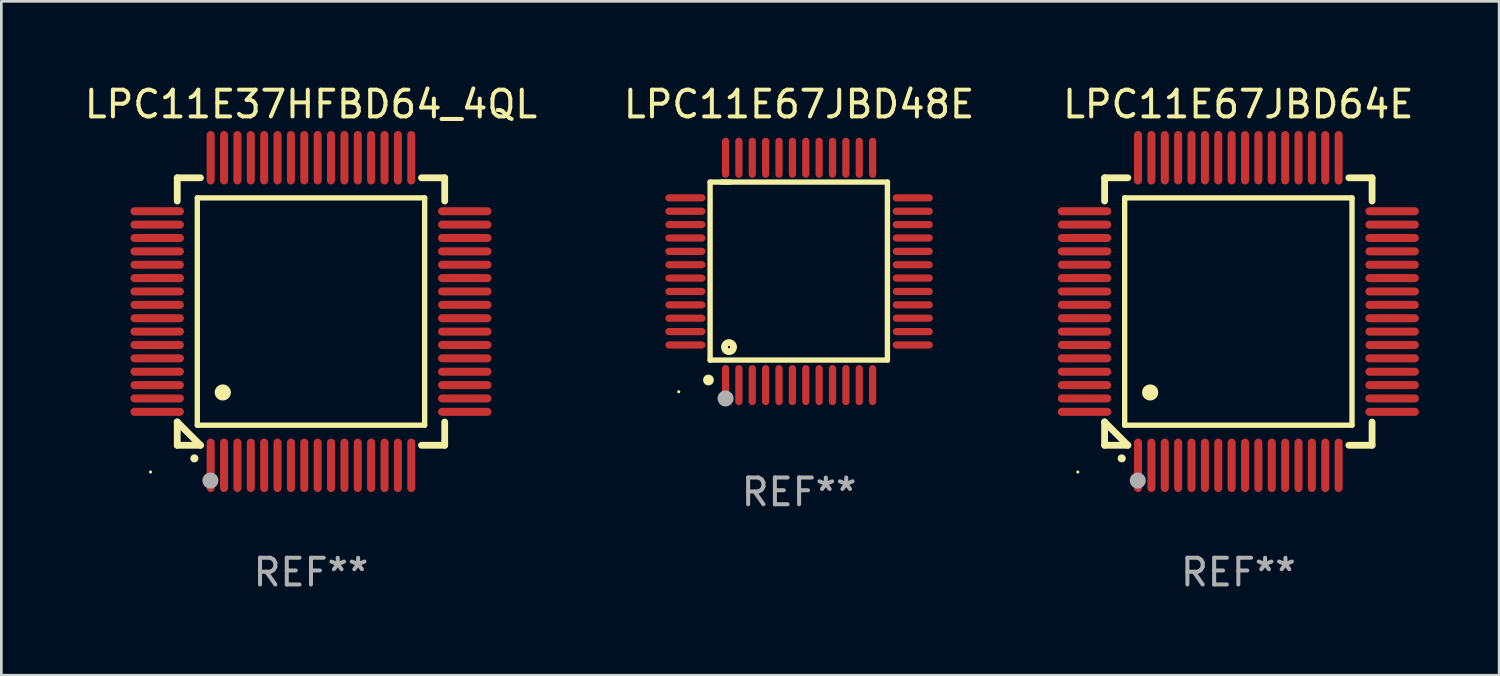
<source format=kicad_pcb>
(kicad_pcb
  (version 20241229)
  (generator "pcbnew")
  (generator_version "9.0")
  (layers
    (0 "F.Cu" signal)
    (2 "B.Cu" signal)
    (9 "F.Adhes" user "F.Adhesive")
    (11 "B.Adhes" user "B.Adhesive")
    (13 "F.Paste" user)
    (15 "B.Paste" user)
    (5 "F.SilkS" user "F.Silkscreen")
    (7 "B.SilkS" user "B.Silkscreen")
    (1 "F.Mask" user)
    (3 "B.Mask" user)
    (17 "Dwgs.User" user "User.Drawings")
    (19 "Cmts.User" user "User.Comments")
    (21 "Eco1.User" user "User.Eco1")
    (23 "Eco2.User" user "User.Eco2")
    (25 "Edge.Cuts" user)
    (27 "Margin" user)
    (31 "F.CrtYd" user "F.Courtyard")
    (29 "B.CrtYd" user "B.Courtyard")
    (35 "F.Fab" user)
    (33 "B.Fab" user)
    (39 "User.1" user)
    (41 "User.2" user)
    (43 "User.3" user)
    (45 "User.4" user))
  (footprint "LPC11E67JBD64E"
    (layer "F.Cu")
    (at 43.25 8.598)
    (property "Reference" "LPC11E67JBD64E" (at 0 -7.75 0) (layer "F.SilkS") (effects (font (size 1 1) (thickness 0.15))))
    (attr through_hole)
    (fp_line (start -5 -5) (end -4.131 -5) (stroke (width 0.254) (type solid)) (layer "F.SilkS"))
    (fp_line (start -5 -4.131) (end -5 -5) (stroke (width 0.254) (type solid)) (layer "F.SilkS"))
    (fp_line (start -5 4.131) (end -5 4.131) (stroke (width 0.254) (type solid)) (layer "F.SilkS"))
    (fp_line (start -5 5) (end -5 4.131) (stroke (width 0.254) (type solid)) (layer "F.SilkS"))
    (fp_line (start -5 4.131) (end -4.131 5) (stroke (width 0.254) (type solid)) (layer "F.SilkS"))
    (fp_line (start -4.25 -4.25) (end -4.25 4.25) (stroke (width 0.2) (type solid)) (layer "F.SilkS"))
    (fp_line (start -4.25 4.25) (end 4.25 4.25) (stroke (width 0.2) (type solid)) (layer "F.SilkS"))
    (fp_line (start -4.131 5) (end -5 5) (stroke (width 0.254) (type solid)) (layer "F.SilkS"))
    (fp_line (start 4.25 -4.25) (end -4.25 -4.25) (stroke (width 0.2) (type solid)) (layer "F.SilkS"))
    (fp_line (start 4.25 4.25) (end 4.25 -4.25) (stroke (width 0.2) (type solid)) (layer "F.SilkS"))
    (fp_line (start 5 -5) (end 4.131 -5) (stroke (width 0.254) (type solid)) (layer "F.SilkS"))
    (fp_line (start 5 -5) (end 5 -4.131) (stroke (width 0.254) (type solid)) (layer "F.SilkS"))
    (fp_line (start 5 4.131) (end 5 5) (stroke (width 0.254) (type solid)) (layer "F.SilkS"))
    (fp_line (start 5 5) (end 4.131 5) (stroke (width 0.254) (type solid)) (layer "F.SilkS"))
    (fp_arc (start -4.361265 5.489992) (mid -4.359995 5.489987) (end -4.358725 5.489992) (stroke (width 0.3) (type solid)) (layer "F.SilkS"))
    (fp_arc (start -3.299467 3.025146) (mid -3.296927 3.025135) (end -3.294387 3.025146) (stroke (width 0.6) (type solid)) (layer "F.SilkS"))
    (fp_circle (center -6 6) (end -5.97 6) (stroke (width 0.06) (type solid)) (fill no) (layer "F.SilkS"))
    (fp_circle (center -3.76 6.32) (end -3.61 6.32) (stroke (width 0.3) (type solid)) (fill no) (layer "F.Fab"))
    (fp_text user "REF**" (at 0 9.75 0) (layer "F.Fab") (effects (font (size 1 1) (thickness 0.15))))
    (pad "1" smd oval (at -3.75 5.75) (size 0.3 2) (layers "F.Cu" "F.Mask" "F.Paste"))
    (pad "2" smd oval (at -3.25 5.75) (size 0.3 2) (layers "F.Cu" "F.Mask" "F.Paste"))
    (pad "3" smd oval (at -2.75 5.75) (size 0.3 2) (layers "F.Cu" "F.Mask" "F.Paste"))
    (pad "4" smd oval (at -2.25 5.75) (size 0.3 2) (layers "F.Cu" "F.Mask" "F.Paste"))
    (pad "5" smd oval (at -1.75 5.75) (size 0.3 2) (layers "F.Cu" "F.Mask" "F.Paste"))
    (pad "6" smd oval (at -1.25 5.75) (size 0.3 2) (layers "F.Cu" "F.Mask" "F.Paste"))
    (pad "7" smd oval (at -0.75 5.75) (size 0.3 2) (layers "F.Cu" "F.Mask" "F.Paste"))
    (pad "8" smd oval (at -0.25 5.75) (size 0.3 2) (layers "F.Cu" "F.Mask" "F.Paste"))
    (pad "9" smd oval (at 0.25 5.75) (size 0.3 2) (layers "F.Cu" "F.Mask" "F.Paste"))
    (pad "10" smd oval (at 0.75 5.75) (size 0.3 2) (layers "F.Cu" "F.Mask" "F.Paste"))
    (pad "11" smd oval (at 1.25 5.75) (size 0.3 2) (layers "F.Cu" "F.Mask" "F.Paste"))
    (pad "12" smd oval (at 1.75 5.75) (size 0.3 2) (layers "F.Cu" "F.Mask" "F.Paste"))
    (pad "13" smd oval (at 2.25 5.75) (size 0.3 2) (layers "F.Cu" "F.Mask" "F.Paste"))
    (pad "14" smd oval (at 2.75 5.75) (size 0.3 2) (layers "F.Cu" "F.Mask" "F.Paste"))
    (pad "15" smd oval (at 3.25 5.75) (size 0.3 2) (layers "F.Cu" "F.Mask" "F.Paste"))
    (pad "16" smd oval (at 3.75 5.75) (size 0.3 2) (layers "F.Cu" "F.Mask" "F.Paste"))
    (pad "17" smd oval (at 5.75 3.75) (size 2 0.3) (layers "F.Cu" "F.Mask" "F.Paste"))
    (pad "18" smd oval (at 5.75 3.25) (size 2 0.3) (layers "F.Cu" "F.Mask" "F.Paste"))
    (pad "19" smd oval (at 5.75 2.75) (size 2 0.3) (layers "F.Cu" "F.Mask" "F.Paste"))
    (pad "20" smd oval (at 5.75 2.25) (size 2 0.3) (layers "F.Cu" "F.Mask" "F.Paste"))
    (pad "21" smd oval (at 5.75 1.75) (size 2 0.3) (layers "F.Cu" "F.Mask" "F.Paste"))
    (pad "22" smd oval (at 5.75 1.25) (size 2 0.3) (layers "F.Cu" "F.Mask" "F.Paste"))
    (pad "23" smd oval (at 5.75 0.75) (size 2 0.3) (layers "F.Cu" "F.Mask" "F.Paste"))
    (pad "24" smd oval (at 5.75 0.25) (size 2 0.3) (layers "F.Cu" "F.Mask" "F.Paste"))
    (pad "25" smd oval (at 5.75 -0.25) (size 2 0.3) (layers "F.Cu" "F.Mask" "F.Paste"))
    (pad "26" smd oval (at 5.75 -0.75) (size 2 0.3) (layers "F.Cu" "F.Mask" "F.Paste"))
    (pad "27" smd oval (at 5.75 -1.25) (size 2 0.3) (layers "F.Cu" "F.Mask" "F.Paste"))
    (pad "28" smd oval (at 5.75 -1.75) (size 2 0.3) (layers "F.Cu" "F.Mask" "F.Paste"))
    (pad "29" smd oval (at 5.75 -2.25) (size 2 0.3) (layers "F.Cu" "F.Mask" "F.Paste"))
    (pad "30" smd oval (at 5.75 -2.75) (size 2 0.3) (layers "F.Cu" "F.Mask" "F.Paste"))
    (pad "31" smd oval (at 5.75 -3.25) (size 2 0.3) (layers "F.Cu" "F.Mask" "F.Paste"))
    (pad "32" smd oval (at 5.75 -3.75) (size 2 0.3) (layers "F.Cu" "F.Mask" "F.Paste"))
    (pad "33" smd oval (at 3.75 -5.75) (size 0.3 2) (layers "F.Cu" "F.Mask" "F.Paste"))
    (pad "34" smd oval (at 3.25 -5.75) (size 0.3 2) (layers "F.Cu" "F.Mask" "F.Paste"))
    (pad "35" smd oval (at 2.75 -5.75) (size 0.3 2) (layers "F.Cu" "F.Mask" "F.Paste"))
    (pad "36" smd oval (at 2.25 -5.75) (size 0.3 2) (layers "F.Cu" "F.Mask" "F.Paste"))
    (pad "37" smd oval (at 1.75 -5.75) (size 0.3 2) (layers "F.Cu" "F.Mask" "F.Paste"))
    (pad "38" smd oval (at 1.25 -5.75) (size 0.3 2) (layers "F.Cu" "F.Mask" "F.Paste"))
    (pad "39" smd oval (at 0.75 -5.75) (size 0.3 2) (layers "F.Cu" "F.Mask" "F.Paste"))
    (pad "40" smd oval (at 0.25 -5.75) (size 0.3 2) (layers "F.Cu" "F.Mask" "F.Paste"))
    (pad "41" smd oval (at -0.25 -5.75) (size 0.3 2) (layers "F.Cu" "F.Mask" "F.Paste"))
    (pad "42" smd oval (at -0.75 -5.75) (size 0.3 2) (layers "F.Cu" "F.Mask" "F.Paste"))
    (pad "43" smd oval (at -1.25 -5.75) (size 0.3 2) (layers "F.Cu" "F.Mask" "F.Paste"))
    (pad "44" smd oval (at -1.75 -5.75) (size 0.3 2) (layers "F.Cu" "F.Mask" "F.Paste"))
    (pad "45" smd oval (at -2.25 -5.75) (size 0.3 2) (layers "F.Cu" "F.Mask" "F.Paste"))
    (pad "46" smd oval (at -2.75 -5.75) (size 0.3 2) (layers "F.Cu" "F.Mask" "F.Paste"))
    (pad "47" smd oval (at -3.25 -5.75) (size 0.3 2) (layers "F.Cu" "F.Mask" "F.Paste"))
    (pad "48" smd oval (at -3.75 -5.75) (size 0.3 2) (layers "F.Cu" "F.Mask" "F.Paste"))
    (pad "49" smd oval (at -5.75 -3.75) (size 2 0.3) (layers "F.Cu" "F.Mask" "F.Paste"))
    (pad "50" smd oval (at -5.75 -3.25) (size 2 0.3) (layers "F.Cu" "F.Mask" "F.Paste"))
    (pad "51" smd oval (at -5.75 -2.75) (size 2 0.3) (layers "F.Cu" "F.Mask" "F.Paste"))
    (pad "52" smd oval (at -5.75 -2.25) (size 2 0.3) (layers "F.Cu" "F.Mask" "F.Paste"))
    (pad "53" smd oval (at -5.75 -1.75) (size 2 0.3) (layers "F.Cu" "F.Mask" "F.Paste"))
    (pad "54" smd oval (at -5.75 -1.25) (size 2 0.3) (layers "F.Cu" "F.Mask" "F.Paste"))
    (pad "55" smd oval (at -5.75 -0.75) (size 2 0.3) (layers "F.Cu" "F.Mask" "F.Paste"))
    (pad "56" smd oval (at -5.75 -0.25) (size 2 0.3) (layers "F.Cu" "F.Mask" "F.Paste"))
    (pad "57" smd oval (at -5.75 0.25) (size 2 0.3) (layers "F.Cu" "F.Mask" "F.Paste"))
    (pad "58" smd oval (at -5.75 0.75) (size 2 0.3) (layers "F.Cu" "F.Mask" "F.Paste"))
    (pad "59" smd oval (at -5.75 1.25) (size 2 0.3) (layers "F.Cu" "F.Mask" "F.Paste"))
    (pad "60" smd oval (at -5.75 1.75) (size 2 0.3) (layers "F.Cu" "F.Mask" "F.Paste"))
    (pad "61" smd oval (at -5.75 2.25) (size 2 0.3) (layers "F.Cu" "F.Mask" "F.Paste"))
    (pad "62" smd oval (at -5.75 2.75) (size 2 0.3) (layers "F.Cu" "F.Mask" "F.Paste"))
    (pad "63" smd oval (at -5.75 3.25) (size 2 0.3) (layers "F.Cu" "F.Mask" "F.Paste"))
    (pad "64" smd oval (at -5.75 3.75) (size 2 0.3) (layers "F.Cu" "F.Mask" "F.Paste")))
  (footprint "LPC11E67JBD48E"
    (layer "F.Cu")
    (at 26.827 7.098)
    (property "Reference" "LPC11E67JBD48E" (at 0 -6.25 0) (layer "F.SilkS") (effects (font (size 1 1) (thickness 0.15))))
    (attr through_hole)
    (fp_line (start -3.327 -3.34) (end -2.565 -3.34) (stroke (width 0.2) (type solid)) (layer "F.SilkS"))
    (fp_line (start -3.327 3.315) (end -3.327 -3.34) (stroke (width 0.2) (type solid)) (layer "F.SilkS"))
    (fp_line (start -2.896 -3.34) (end 3.302 -3.34) (stroke (width 0.2) (type solid)) (layer "F.SilkS"))
    (fp_line (start 3.302 -3.34) (end 3.302 3.315) (stroke (width 0.2) (type solid)) (layer "F.SilkS"))
    (fp_line (start 3.302 3.315) (end -3.327 3.315) (stroke (width 0.2) (type solid)) (layer "F.SilkS"))
    (fp_arc (start -3.389992 4.059995) (mid -3.388722 4.059991) (end -3.387452 4.059995) (stroke (width 0.4) (type solid)) (layer "F.SilkS"))
    (fp_circle (center -4.5 4.5) (end -4.47 4.5) (stroke (width 0.06) (type solid)) (fill no) (layer "F.SilkS"))
    (fp_circle (center -2.62 2.83) (end -2.45 2.83) (stroke (width 0.254) (type solid)) (fill no) (layer "F.SilkS"))
    (fp_circle (center -2.75 4.75) (end -2.6 4.75) (stroke (width 0.3) (type solid)) (fill no) (layer "F.Fab"))
    (fp_text user "REF**" (at 0 8.25 0) (layer "F.Fab") (effects (font (size 1 1) (thickness 0.15))))
    (pad "1" smd oval (at -2.75 4.25) (size 0.27 1.5) (layers "F.Cu" "F.Mask" "F.Paste"))
    (pad "2" smd oval (at -2.25 4.25) (size 0.27 1.5) (layers "F.Cu" "F.Mask" "F.Paste"))
    (pad "3" smd oval (at -1.75 4.25) (size 0.27 1.5) (layers "F.Cu" "F.Mask" "F.Paste"))
    (pad "4" smd oval (at -1.25 4.25) (size 0.27 1.5) (layers "F.Cu" "F.Mask" "F.Paste"))
    (pad "5" smd oval (at -0.75 4.25) (size 0.27 1.5) (layers "F.Cu" "F.Mask" "F.Paste"))
    (pad "6" smd oval (at -0.25 4.25) (size 0.27 1.5) (layers "F.Cu" "F.Mask" "F.Paste"))
    (pad "7" smd oval (at 0.25 4.25) (size 0.27 1.5) (layers "F.Cu" "F.Mask" "F.Paste"))
    (pad "8" smd oval (at 0.75 4.25) (size 0.27 1.5) (layers "F.Cu" "F.Mask" "F.Paste"))
    (pad "9" smd oval (at 1.25 4.25) (size 0.27 1.5) (layers "F.Cu" "F.Mask" "F.Paste"))
    (pad "10" smd oval (at 1.75 4.25) (size 0.27 1.5) (layers "F.Cu" "F.Mask" "F.Paste"))
    (pad "11" smd oval (at 2.25 4.25) (size 0.27 1.5) (layers "F.Cu" "F.Mask" "F.Paste"))
    (pad "12" smd oval (at 2.75 4.25) (size 0.27 1.5) (layers "F.Cu" "F.Mask" "F.Paste"))
    (pad "13" smd oval (at 4.25 2.75) (size 1.5 0.27) (layers "F.Cu" "F.Mask" "F.Paste"))
    (pad "14" smd oval (at 4.25 2.25) (size 1.5 0.27) (layers "F.Cu" "F.Mask" "F.Paste"))
    (pad "15" smd oval (at 4.25 1.75) (size 1.5 0.27) (layers "F.Cu" "F.Mask" "F.Paste"))
    (pad "16" smd oval (at 4.25 1.25) (size 1.5 0.27) (layers "F.Cu" "F.Mask" "F.Paste"))
    (pad "17" smd oval (at 4.25 0.75) (size 1.5 0.27) (layers "F.Cu" "F.Mask" "F.Paste"))
    (pad "18" smd oval (at 4.25 0.25) (size 1.5 0.27) (layers "F.Cu" "F.Mask" "F.Paste"))
    (pad "19" smd oval (at 4.25 -0.25) (size 1.5 0.27) (layers "F.Cu" "F.Mask" "F.Paste"))
    (pad "20" smd oval (at 4.25 -0.75) (size 1.5 0.27) (layers "F.Cu" "F.Mask" "F.Paste"))
    (pad "21" smd oval (at 4.25 -1.25) (size 1.5 0.27) (layers "F.Cu" "F.Mask" "F.Paste"))
    (pad "22" smd oval (at 4.25 -1.75) (size 1.5 0.27) (layers "F.Cu" "F.Mask" "F.Paste"))
    (pad "23" smd oval (at 4.25 -2.25) (size 1.5 0.27) (layers "F.Cu" "F.Mask" "F.Paste"))
    (pad "24" smd oval (at 4.25 -2.75) (size 1.5 0.27) (layers "F.Cu" "F.Mask" "F.Paste"))
    (pad "25" smd oval (at 2.75 -4.25) (size 0.27 1.5) (layers "F.Cu" "F.Mask" "F.Paste"))
    (pad "26" smd oval (at 2.25 -4.25) (size 0.27 1.5) (layers "F.Cu" "F.Mask" "F.Paste"))
    (pad "27" smd oval (at 1.75 -4.25) (size 0.27 1.5) (layers "F.Cu" "F.Mask" "F.Paste"))
    (pad "28" smd oval (at 1.25 -4.25) (size 0.27 1.5) (layers "F.Cu" "F.Mask" "F.Paste"))
    (pad "29" smd oval (at 0.75 -4.25) (size 0.27 1.5) (layers "F.Cu" "F.Mask" "F.Paste"))
    (pad "30" smd oval (at 0.25 -4.25) (size 0.27 1.5) (layers "F.Cu" "F.Mask" "F.Paste"))
    (pad "31" smd oval (at -0.25 -4.25) (size 0.27 1.5) (layers "F.Cu" "F.Mask" "F.Paste"))
    (pad "32" smd oval (at -0.75 -4.25) (size 0.27 1.5) (layers "F.Cu" "F.Mask" "F.Paste"))
    (pad "33" smd oval (at -1.25 -4.25) (size 0.27 1.5) (layers "F.Cu" "F.Mask" "F.Paste"))
    (pad "34" smd oval (at -1.75 -4.25) (size 0.27 1.5) (layers "F.Cu" "F.Mask" "F.Paste"))
    (pad "35" smd oval (at -2.25 -4.25) (size 0.27 1.5) (layers "F.Cu" "F.Mask" "F.Paste"))
    (pad "36" smd oval (at -2.75 -4.25) (size 0.27 1.5) (layers "F.Cu" "F.Mask" "F.Paste"))
    (pad "37" smd oval (at -4.25 -2.75) (size 1.5 0.27) (layers "F.Cu" "F.Mask" "F.Paste"))
    (pad "38" smd oval (at -4.25 -2.25) (size 1.5 0.27) (layers "F.Cu" "F.Mask" "F.Paste"))
    (pad "39" smd oval (at -4.25 -1.75) (size 1.5 0.27) (layers "F.Cu" "F.Mask" "F.Paste"))
    (pad "40" smd oval (at -4.25 -1.25) (size 1.5 0.27) (layers "F.Cu" "F.Mask" "F.Paste"))
    (pad "41" smd oval (at -4.25 -0.75) (size 1.5 0.27) (layers "F.Cu" "F.Mask" "F.Paste"))
    (pad "42" smd oval (at -4.25 -0.25) (size 1.5 0.27) (layers "F.Cu" "F.Mask" "F.Paste"))
    (pad "43" smd oval (at -4.25 0.25) (size 1.5 0.27) (layers "F.Cu" "F.Mask" "F.Paste"))
    (pad "44" smd oval (at -4.25 0.75) (size 1.5 0.27) (layers "F.Cu" "F.Mask" "F.Paste"))
    (pad "45" smd oval (at -4.25 1.25) (size 1.5 0.27) (layers "F.Cu" "F.Mask" "F.Paste"))
    (pad "46" smd oval (at -4.25 1.75) (size 1.5 0.27) (layers "F.Cu" "F.Mask" "F.Paste"))
    (pad "47" smd oval (at -4.25 2.25) (size 1.5 0.27) (layers "F.Cu" "F.Mask" "F.Paste"))
    (pad "48" smd oval (at -4.25 2.75) (size 1.5 0.27) (layers "F.Cu" "F.Mask" "F.Paste")))
  (footprint "LPC11E37HFBD64_4QL"
    (layer "F.Cu")
    (at 8.577 8.598)
    (property "Reference" "LPC11E37HFBD64_4QL" (at 0 -7.75 0) (layer "F.SilkS") (effects (font (size 1 1) (thickness 0.15))))
    (attr through_hole)
    (fp_line (start -5 -5) (end -4.131 -5) (stroke (width 0.254) (type solid)) (layer "F.SilkS"))
    (fp_line (start -5 -4.131) (end -5 -5) (stroke (width 0.254) (type solid)) (layer "F.SilkS"))
    (fp_line (start -5 4.131) (end -5 4.131) (stroke (width 0.254) (type solid)) (layer "F.SilkS"))
    (fp_line (start -5 5) (end -5 4.131) (stroke (width 0.254) (type solid)) (layer "F.SilkS"))
    (fp_line (start -5 4.131) (end -4.131 5) (stroke (width 0.254) (type solid)) (layer "F.SilkS"))
    (fp_line (start -4.25 -4.25) (end -4.25 4.25) (stroke (width 0.2) (type solid)) (layer "F.SilkS"))
    (fp_line (start -4.25 4.25) (end 4.25 4.25) (stroke (width 0.2) (type solid)) (layer "F.SilkS"))
    (fp_line (start -4.131 5) (end -5 5) (stroke (width 0.254) (type solid)) (layer "F.SilkS"))
    (fp_line (start 4.25 -4.25) (end -4.25 -4.25) (stroke (width 0.2) (type solid)) (layer "F.SilkS"))
    (fp_line (start 4.25 4.25) (end 4.25 -4.25) (stroke (width 0.2) (type solid)) (layer "F.SilkS"))
    (fp_line (start 5 -5) (end 4.131 -5) (stroke (width 0.254) (type solid)) (layer "F.SilkS"))
    (fp_line (start 5 -5) (end 5 -4.131) (stroke (width 0.254) (type solid)) (layer "F.SilkS"))
    (fp_line (start 5 4.131) (end 5 5) (stroke (width 0.254) (type solid)) (layer "F.SilkS"))
    (fp_line (start 5 5) (end 4.131 5) (stroke (width 0.254) (type solid)) (layer "F.SilkS"))
    (fp_arc (start -4.361265 5.489992) (mid -4.359995 5.489987) (end -4.358725 5.489992) (stroke (width 0.3) (type solid)) (layer "F.SilkS"))
    (fp_arc (start -3.299467 3.025146) (mid -3.296927 3.025135) (end -3.294387 3.025146) (stroke (width 0.6) (type solid)) (layer "F.SilkS"))
    (fp_circle (center -6 6) (end -5.97 6) (stroke (width 0.06) (type solid)) (fill no) (layer "F.SilkS"))
    (fp_circle (center -3.76 6.32) (end -3.61 6.32) (stroke (width 0.3) (type solid)) (fill no) (layer "F.Fab"))
    (fp_text user "REF**" (at 0 9.75 0) (layer "F.Fab") (effects (font (size 1 1) (thickness 0.15))))
    (pad "1" smd oval (at -3.75 5.75) (size 0.3 2) (layers "F.Cu" "F.Mask" "F.Paste"))
    (pad "2" smd oval (at -3.25 5.75) (size 0.3 2) (layers "F.Cu" "F.Mask" "F.Paste"))
    (pad "3" smd oval (at -2.75 5.75) (size 0.3 2) (layers "F.Cu" "F.Mask" "F.Paste"))
    (pad "4" smd oval (at -2.25 5.75) (size 0.3 2) (layers "F.Cu" "F.Mask" "F.Paste"))
    (pad "5" smd oval (at -1.75 5.75) (size 0.3 2) (layers "F.Cu" "F.Mask" "F.Paste"))
    (pad "6" smd oval (at -1.25 5.75) (size 0.3 2) (layers "F.Cu" "F.Mask" "F.Paste"))
    (pad "7" smd oval (at -0.75 5.75) (size 0.3 2) (layers "F.Cu" "F.Mask" "F.Paste"))
    (pad "8" smd oval (at -0.25 5.75) (size 0.3 2) (layers "F.Cu" "F.Mask" "F.Paste"))
    (pad "9" smd oval (at 0.25 5.75) (size 0.3 2) (layers "F.Cu" "F.Mask" "F.Paste"))
    (pad "10" smd oval (at 0.75 5.75) (size 0.3 2) (layers "F.Cu" "F.Mask" "F.Paste"))
    (pad "11" smd oval (at 1.25 5.75) (size 0.3 2) (layers "F.Cu" "F.Mask" "F.Paste"))
    (pad "12" smd oval (at 1.75 5.75) (size 0.3 2) (layers "F.Cu" "F.Mask" "F.Paste"))
    (pad "13" smd oval (at 2.25 5.75) (size 0.3 2) (layers "F.Cu" "F.Mask" "F.Paste"))
    (pad "14" smd oval (at 2.75 5.75) (size 0.3 2) (layers "F.Cu" "F.Mask" "F.Paste"))
    (pad "15" smd oval (at 3.25 5.75) (size 0.3 2) (layers "F.Cu" "F.Mask" "F.Paste"))
    (pad "16" smd oval (at 3.75 5.75) (size 0.3 2) (layers "F.Cu" "F.Mask" "F.Paste"))
    (pad "17" smd oval (at 5.75 3.75) (size 2 0.3) (layers "F.Cu" "F.Mask" "F.Paste"))
    (pad "18" smd oval (at 5.75 3.25) (size 2 0.3) (layers "F.Cu" "F.Mask" "F.Paste"))
    (pad "19" smd oval (at 5.75 2.75) (size 2 0.3) (layers "F.Cu" "F.Mask" "F.Paste"))
    (pad "20" smd oval (at 5.75 2.25) (size 2 0.3) (layers "F.Cu" "F.Mask" "F.Paste"))
    (pad "21" smd oval (at 5.75 1.75) (size 2 0.3) (layers "F.Cu" "F.Mask" "F.Paste"))
    (pad "22" smd oval (at 5.75 1.25) (size 2 0.3) (layers "F.Cu" "F.Mask" "F.Paste"))
    (pad "23" smd oval (at 5.75 0.75) (size 2 0.3) (layers "F.Cu" "F.Mask" "F.Paste"))
    (pad "24" smd oval (at 5.75 0.25) (size 2 0.3) (layers "F.Cu" "F.Mask" "F.Paste"))
    (pad "25" smd oval (at 5.75 -0.25) (size 2 0.3) (layers "F.Cu" "F.Mask" "F.Paste"))
    (pad "26" smd oval (at 5.75 -0.75) (size 2 0.3) (layers "F.Cu" "F.Mask" "F.Paste"))
    (pad "27" smd oval (at 5.75 -1.25) (size 2 0.3) (layers "F.Cu" "F.Mask" "F.Paste"))
    (pad "28" smd oval (at 5.75 -1.75) (size 2 0.3) (layers "F.Cu" "F.Mask" "F.Paste"))
    (pad "29" smd oval (at 5.75 -2.25) (size 2 0.3) (layers "F.Cu" "F.Mask" "F.Paste"))
    (pad "30" smd oval (at 5.75 -2.75) (size 2 0.3) (layers "F.Cu" "F.Mask" "F.Paste"))
    (pad "31" smd oval (at 5.75 -3.25) (size 2 0.3) (layers "F.Cu" "F.Mask" "F.Paste"))
    (pad "32" smd oval (at 5.75 -3.75) (size 2 0.3) (layers "F.Cu" "F.Mask" "F.Paste"))
    (pad "33" smd oval (at 3.75 -5.75) (size 0.3 2) (layers "F.Cu" "F.Mask" "F.Paste"))
    (pad "34" smd oval (at 3.25 -5.75) (size 0.3 2) (layers "F.Cu" "F.Mask" "F.Paste"))
    (pad "35" smd oval (at 2.75 -5.75) (size 0.3 2) (layers "F.Cu" "F.Mask" "F.Paste"))
    (pad "36" smd oval (at 2.25 -5.75) (size 0.3 2) (layers "F.Cu" "F.Mask" "F.Paste"))
    (pad "37" smd oval (at 1.75 -5.75) (size 0.3 2) (layers "F.Cu" "F.Mask" "F.Paste"))
    (pad "38" smd oval (at 1.25 -5.75) (size 0.3 2) (layers "F.Cu" "F.Mask" "F.Paste"))
    (pad "39" smd oval (at 0.75 -5.75) (size 0.3 2) (layers "F.Cu" "F.Mask" "F.Paste"))
    (pad "40" smd oval (at 0.25 -5.75) (size 0.3 2) (layers "F.Cu" "F.Mask" "F.Paste"))
    (pad "41" smd oval (at -0.25 -5.75) (size 0.3 2) (layers "F.Cu" "F.Mask" "F.Paste"))
    (pad "42" smd oval (at -0.75 -5.75) (size 0.3 2) (layers "F.Cu" "F.Mask" "F.Paste"))
    (pad "43" smd oval (at -1.25 -5.75) (size 0.3 2) (layers "F.Cu" "F.Mask" "F.Paste"))
    (pad "44" smd oval (at -1.75 -5.75) (size 0.3 2) (layers "F.Cu" "F.Mask" "F.Paste"))
    (pad "45" smd oval (at -2.25 -5.75) (size 0.3 2) (layers "F.Cu" "F.Mask" "F.Paste"))
    (pad "46" smd oval (at -2.75 -5.75) (size 0.3 2) (layers "F.Cu" "F.Mask" "F.Paste"))
    (pad "47" smd oval (at -3.25 -5.75) (size 0.3 2) (layers "F.Cu" "F.Mask" "F.Paste"))
    (pad "48" smd oval (at -3.75 -5.75) (size 0.3 2) (layers "F.Cu" "F.Mask" "F.Paste"))
    (pad "49" smd oval (at -5.75 -3.75) (size 2 0.3) (layers "F.Cu" "F.Mask" "F.Paste"))
    (pad "50" smd oval (at -5.75 -3.25) (size 2 0.3) (layers "F.Cu" "F.Mask" "F.Paste"))
    (pad "51" smd oval (at -5.75 -2.75) (size 2 0.3) (layers "F.Cu" "F.Mask" "F.Paste"))
    (pad "52" smd oval (at -5.75 -2.25) (size 2 0.3) (layers "F.Cu" "F.Mask" "F.Paste"))
    (pad "53" smd oval (at -5.75 -1.75) (size 2 0.3) (layers "F.Cu" "F.Mask" "F.Paste"))
    (pad "54" smd oval (at -5.75 -1.25) (size 2 0.3) (layers "F.Cu" "F.Mask" "F.Paste"))
    (pad "55" smd oval (at -5.75 -0.75) (size 2 0.3) (layers "F.Cu" "F.Mask" "F.Paste"))
    (pad "56" smd oval (at -5.75 -0.25) (size 2 0.3) (layers "F.Cu" "F.Mask" "F.Paste"))
    (pad "57" smd oval (at -5.75 0.25) (size 2 0.3) (layers "F.Cu" "F.Mask" "F.Paste"))
    (pad "58" smd oval (at -5.75 0.75) (size 2 0.3) (layers "F.Cu" "F.Mask" "F.Paste"))
    (pad "59" smd oval (at -5.75 1.25) (size 2 0.3) (layers "F.Cu" "F.Mask" "F.Paste"))
    (pad "60" smd oval (at -5.75 1.75) (size 2 0.3) (layers "F.Cu" "F.Mask" "F.Paste"))
    (pad "61" smd oval (at -5.75 2.25) (size 2 0.3) (layers "F.Cu" "F.Mask" "F.Paste"))
    (pad "62" smd oval (at -5.75 2.75) (size 2 0.3) (layers "F.Cu" "F.Mask" "F.Paste"))
    (pad "63" smd oval (at -5.75 3.25) (size 2 0.3) (layers "F.Cu" "F.Mask" "F.Paste"))
    (pad "64" smd oval (at -5.75 3.75) (size 2 0.3) (layers "F.Cu" "F.Mask" "F.Paste")))
  (gr_rect
    (start -3 -3)
    (end 53 22.196)
    (stroke (width 0.1) (type default))
    (fill no)
    (layer "Edge.Cuts")))
</source>
